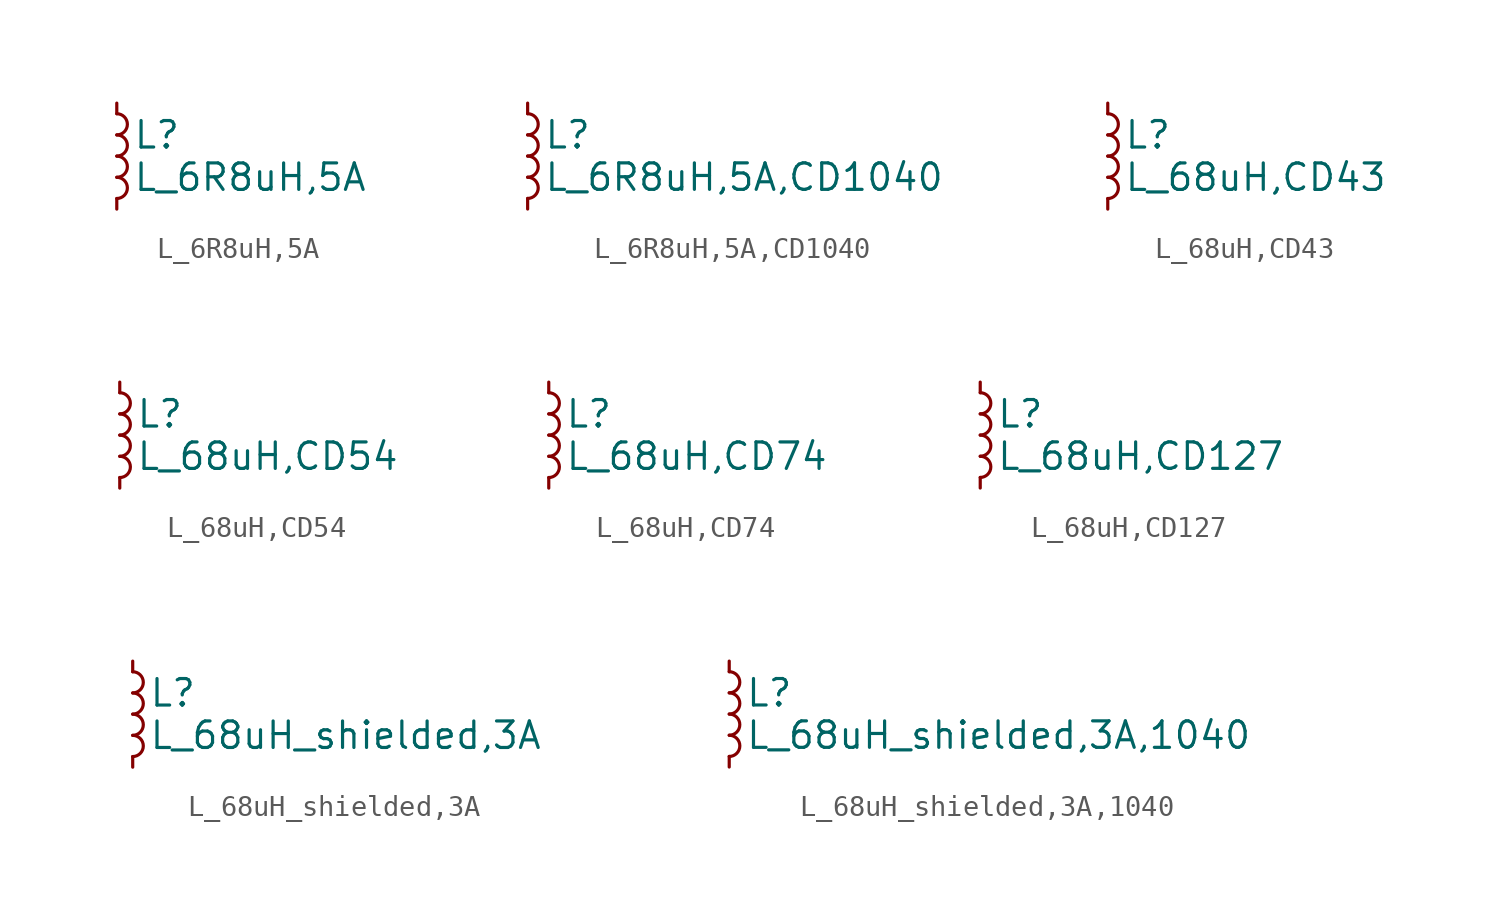
<source format=kicad_sym>
(kicad_symbol_lib
  (version 20211014)
  (generator kicad_symbol_editor)
  (symbol "L_6R8uH,5A"
    (pin_numbers hide)
    (pin_names
      (offset 0.254) hide)
    (property "Reference" "L"
      (at 0.762 1.016 0)
      (effects (font (size 1.27 1.27)) (justify left)))
    (property "Value" "L_6R8uH,5A"
      (at 0.762 -1.016 0)
      (effects (font (size 1.27 1.27)) (justify left)))
    (symbol "L_6R8uH,5A_0_1"
      (arc (start 0 -2.032) (mid 0.508 -1.524) (end 0 -1.016) (stroke (width 0) (type default) (color 0 0 0 0)) (fill (type none)))
      (arc (start 0 -1.016) (mid 0.508 -0.508) (end 0 0) (stroke (width 0) (type default) (color 0 0 0 0)) (fill (type none)))
      (arc (start 0 0) (mid 0.508 0.508) (end 0 1.016) (stroke (width 0) (type default) (color 0 0 0 0)) (fill (type none)))
      (arc (start 0 1.016) (mid 0.508 1.524) (end 0 2.032) (stroke (width 0) (type default) (color 0 0 0 0)) (fill (type none))))
    (symbol "L_6R8uH,5A_1_1"
      (pin passive line (at 0 2.54 270) (length 0.508) (name "~" (effects (font (size 1.27 1.27)))) (number "1" (effects (font (size 1.27 1.27)))))
      (pin passive line (at 0 -2.54 90) (length 0.508) (name "~" (effects (font (size 1.27 1.27)))) (number "2" (effects (font (size 1.27 1.27)))))))
  (symbol "L_6R8uH,5A,CD1040"
    (pin_numbers hide)
    (pin_names
      (offset 0.254) hide)
    (property "Reference" "L"
      (at 0.762 1.016 0)
      (effects (font (size 1.27 1.27)) (justify left)))
    (property "Value" "L_6R8uH,5A,CD1040"
      (at 0.762 -1.016 0)
      (effects (font (size 1.27 1.27)) (justify left)))
    (symbol "L_6R8uH,5A,CD1040_0_1"
      (arc (start 0 -2.032) (mid 0.508 -1.524) (end 0 -1.016) (stroke (width 0) (type default) (color 0 0 0 0)) (fill (type none)))
      (arc (start 0 -1.016) (mid 0.508 -0.508) (end 0 0) (stroke (width 0) (type default) (color 0 0 0 0)) (fill (type none)))
      (arc (start 0 0) (mid 0.508 0.508) (end 0 1.016) (stroke (width 0) (type default) (color 0 0 0 0)) (fill (type none)))
      (arc (start 0 1.016) (mid 0.508 1.524) (end 0 2.032) (stroke (width 0) (type default) (color 0 0 0 0)) (fill (type none))))
    (symbol "L_6R8uH,5A,CD1040_1_1"
      (pin passive line (at 0 2.54 270) (length 0.508) (name "~" (effects (font (size 1.27 1.27)))) (number "1" (effects (font (size 1.27 1.27)))))
      (pin passive line (at 0 -2.54 90) (length 0.508) (name "~" (effects (font (size 1.27 1.27)))) (number "2" (effects (font (size 1.27 1.27)))))))
  (symbol "L_68uH,CD43"
    (pin_numbers hide)
    (pin_names
      (offset 0.254) hide)
    (property "Reference" "L"
      (at 0.762 1.016 0)
      (effects (font (size 1.27 1.27)) (justify left)))
    (property "Value" "L_68uH,CD43"
      (at 0.762 -1.016 0)
      (effects (font (size 1.27 1.27)) (justify left)))
    (symbol "L_68uH,CD43_0_1"
      (arc (start 0 -2.032) (mid 0.508 -1.524) (end 0 -1.016) (stroke (width 0) (type default) (color 0 0 0 0)) (fill (type none)))
      (arc (start 0 -1.016) (mid 0.508 -0.508) (end 0 0) (stroke (width 0) (type default) (color 0 0 0 0)) (fill (type none)))
      (arc (start 0 0) (mid 0.508 0.508) (end 0 1.016) (stroke (width 0) (type default) (color 0 0 0 0)) (fill (type none)))
      (arc (start 0 1.016) (mid 0.508 1.524) (end 0 2.032) (stroke (width 0) (type default) (color 0 0 0 0)) (fill (type none))))
    (symbol "L_68uH,CD43_1_1"
      (pin passive line (at 0 2.54 270) (length 0.508) (name "~" (effects (font (size 1.27 1.27)))) (number "1" (effects (font (size 1.27 1.27)))))
      (pin passive line (at 0 -2.54 90) (length 0.508) (name "~" (effects (font (size 1.27 1.27)))) (number "2" (effects (font (size 1.27 1.27)))))))
  (symbol "L_68uH,CD54"
    (pin_numbers hide)
    (pin_names
      (offset 0.254) hide)
    (property "Reference" "L"
      (at 0.762 1.016 0)
      (effects (font (size 1.27 1.27)) (justify left)))
    (property "Value" "L_68uH,CD54"
      (at 0.762 -1.016 0)
      (effects (font (size 1.27 1.27)) (justify left)))
    (symbol "L_68uH,CD54_0_1"
      (arc (start 0 -2.032) (mid 0.508 -1.524) (end 0 -1.016) (stroke (width 0) (type default) (color 0 0 0 0)) (fill (type none)))
      (arc (start 0 -1.016) (mid 0.508 -0.508) (end 0 0) (stroke (width 0) (type default) (color 0 0 0 0)) (fill (type none)))
      (arc (start 0 0) (mid 0.508 0.508) (end 0 1.016) (stroke (width 0) (type default) (color 0 0 0 0)) (fill (type none)))
      (arc (start 0 1.016) (mid 0.508 1.524) (end 0 2.032) (stroke (width 0) (type default) (color 0 0 0 0)) (fill (type none))))
    (symbol "L_68uH,CD54_1_1"
      (pin passive line (at 0 2.54 270) (length 0.508) (name "~" (effects (font (size 1.27 1.27)))) (number "1" (effects (font (size 1.27 1.27)))))
      (pin passive line (at 0 -2.54 90) (length 0.508) (name "~" (effects (font (size 1.27 1.27)))) (number "2" (effects (font (size 1.27 1.27)))))))
  (symbol "L_68uH,CD74"
    (pin_numbers hide)
    (pin_names
      (offset 0.254) hide)
    (property "Reference" "L"
      (at 0.762 1.016 0)
      (effects (font (size 1.27 1.27)) (justify left)))
    (property "Value" "L_68uH,CD74"
      (at 0.762 -1.016 0)
      (effects (font (size 1.27 1.27)) (justify left)))
    (symbol "L_68uH,CD74_0_1"
      (arc (start 0 -2.032) (mid 0.508 -1.524) (end 0 -1.016) (stroke (width 0) (type default) (color 0 0 0 0)) (fill (type none)))
      (arc (start 0 -1.016) (mid 0.508 -0.508) (end 0 0) (stroke (width 0) (type default) (color 0 0 0 0)) (fill (type none)))
      (arc (start 0 0) (mid 0.508 0.508) (end 0 1.016) (stroke (width 0) (type default) (color 0 0 0 0)) (fill (type none)))
      (arc (start 0 1.016) (mid 0.508 1.524) (end 0 2.032) (stroke (width 0) (type default) (color 0 0 0 0)) (fill (type none))))
    (symbol "L_68uH,CD74_1_1"
      (pin passive line (at 0 2.54 270) (length 0.508) (name "~" (effects (font (size 1.27 1.27)))) (number "1" (effects (font (size 1.27 1.27)))))
      (pin passive line (at 0 -2.54 90) (length 0.508) (name "~" (effects (font (size 1.27 1.27)))) (number "2" (effects (font (size 1.27 1.27)))))))
  (symbol "L_68uH,CD127"
    (pin_numbers hide)
    (pin_names
      (offset 0.254) hide)
    (property "Reference" "L"
      (at 0.762 1.016 0)
      (effects (font (size 1.27 1.27)) (justify left)))
    (property "Value" "L_68uH,CD127"
      (at 0.762 -1.016 0)
      (effects (font (size 1.27 1.27)) (justify left)))
    (symbol "L_68uH,CD127_0_1"
      (arc (start 0 -2.032) (mid 0.508 -1.524) (end 0 -1.016) (stroke (width 0) (type default) (color 0 0 0 0)) (fill (type none)))
      (arc (start 0 -1.016) (mid 0.508 -0.508) (end 0 0) (stroke (width 0) (type default) (color 0 0 0 0)) (fill (type none)))
      (arc (start 0 0) (mid 0.508 0.508) (end 0 1.016) (stroke (width 0) (type default) (color 0 0 0 0)) (fill (type none)))
      (arc (start 0 1.016) (mid 0.508 1.524) (end 0 2.032) (stroke (width 0) (type default) (color 0 0 0 0)) (fill (type none))))
    (symbol "L_68uH,CD127_1_1"
      (pin passive line (at 0 2.54 270) (length 0.508) (name "~" (effects (font (size 1.27 1.27)))) (number "1" (effects (font (size 1.27 1.27)))))
      (pin passive line (at 0 -2.54 90) (length 0.508) (name "~" (effects (font (size 1.27 1.27)))) (number "2" (effects (font (size 1.27 1.27)))))))
  (symbol "L_68uH_shielded,3A"
    (pin_numbers hide)
    (pin_names
      (offset 0.254) hide)
    (property "Reference" "L"
      (at 0.762 1.016 0)
      (effects (font (size 1.27 1.27)) (justify left)))
    (property "Value" "L_68uH_shielded,3A"
      (at 0.762 -1.016 0)
      (effects (font (size 1.27 1.27)) (justify left)))
    (symbol "L_68uH_shielded,3A_0_1"
      (arc (start 0 -2.032) (mid 0.508 -1.524) (end 0 -1.016) (stroke (width 0) (type default) (color 0 0 0 0)) (fill (type none)))
      (arc (start 0 -1.016) (mid 0.508 -0.508) (end 0 0) (stroke (width 0) (type default) (color 0 0 0 0)) (fill (type none)))
      (arc (start 0 0) (mid 0.508 0.508) (end 0 1.016) (stroke (width 0) (type default) (color 0 0 0 0)) (fill (type none)))
      (arc (start 0 1.016) (mid 0.508 1.524) (end 0 2.032) (stroke (width 0) (type default) (color 0 0 0 0)) (fill (type none))))
    (symbol "L_68uH_shielded,3A_1_1"
      (pin passive line (at 0 2.54 270) (length 0.508) (name "~" (effects (font (size 1.27 1.27)))) (number "1" (effects (font (size 1.27 1.27)))))
      (pin passive line (at 0 -2.54 90) (length 0.508) (name "~" (effects (font (size 1.27 1.27)))) (number "2" (effects (font (size 1.27 1.27)))))))
  (symbol "L_68uH_shielded,3A,1040"
    (pin_numbers hide)
    (pin_names
      (offset 0.254) hide)
    (property "Reference" "L"
      (at 0.762 1.016 0)
      (effects (font (size 1.27 1.27)) (justify left)))
    (property "Value" "L_68uH_shielded,3A,1040"
      (at 0.762 -1.016 0)
      (effects (font (size 1.27 1.27)) (justify left)))
    (symbol "L_68uH_shielded,3A,1040_0_1"
      (arc (start 0 -2.032) (mid 0.508 -1.524) (end 0 -1.016) (stroke (width 0) (type default) (color 0 0 0 0)) (fill (type none)))
      (arc (start 0 -1.016) (mid 0.508 -0.508) (end 0 0) (stroke (width 0) (type default) (color 0 0 0 0)) (fill (type none)))
      (arc (start 0 0) (mid 0.508 0.508) (end 0 1.016) (stroke (width 0) (type default) (color 0 0 0 0)) (fill (type none)))
      (arc (start 0 1.016) (mid 0.508 1.524) (end 0 2.032) (stroke (width 0) (type default) (color 0 0 0 0)) (fill (type none))))
    (symbol "L_68uH_shielded,3A,1040_1_1"
      (pin passive line (at 0 2.54 270) (length 0.508) (name "~" (effects (font (size 1.27 1.27)))) (number "1" (effects (font (size 1.27 1.27)))))
      (pin passive line (at 0 -2.54 90) (length 0.508) (name "~" (effects (font (size 1.27 1.27)))) (number "2" (effects (font (size 1.27 1.27))))))))
</source>
